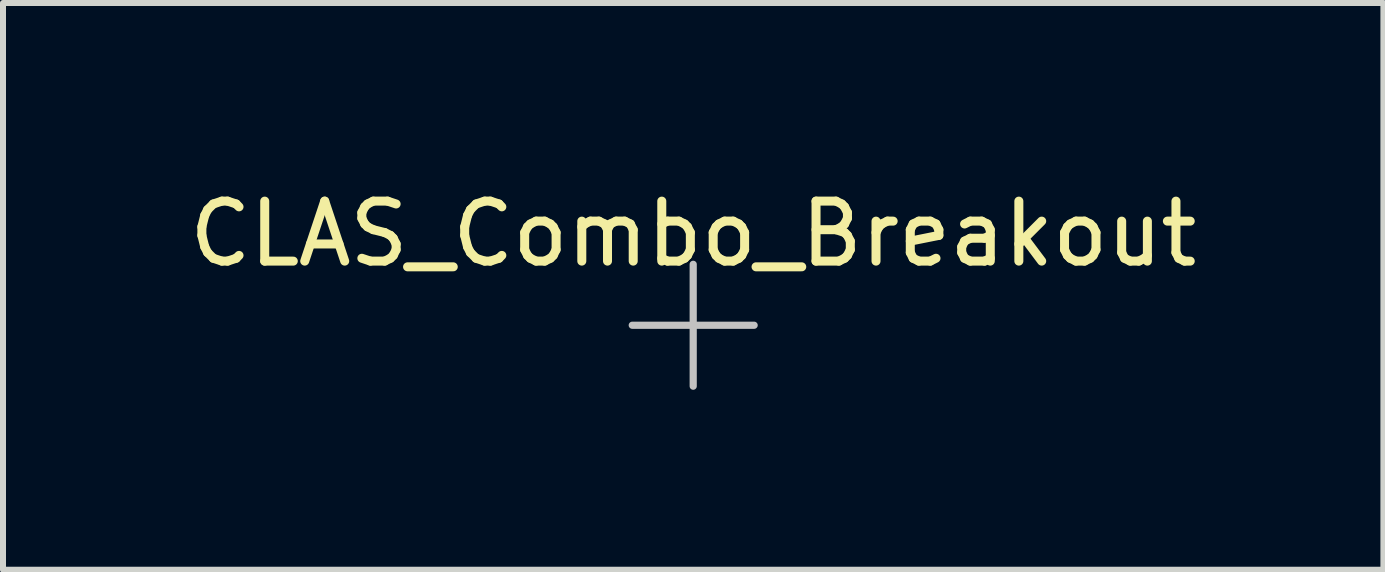
<source format=kicad_pcb>
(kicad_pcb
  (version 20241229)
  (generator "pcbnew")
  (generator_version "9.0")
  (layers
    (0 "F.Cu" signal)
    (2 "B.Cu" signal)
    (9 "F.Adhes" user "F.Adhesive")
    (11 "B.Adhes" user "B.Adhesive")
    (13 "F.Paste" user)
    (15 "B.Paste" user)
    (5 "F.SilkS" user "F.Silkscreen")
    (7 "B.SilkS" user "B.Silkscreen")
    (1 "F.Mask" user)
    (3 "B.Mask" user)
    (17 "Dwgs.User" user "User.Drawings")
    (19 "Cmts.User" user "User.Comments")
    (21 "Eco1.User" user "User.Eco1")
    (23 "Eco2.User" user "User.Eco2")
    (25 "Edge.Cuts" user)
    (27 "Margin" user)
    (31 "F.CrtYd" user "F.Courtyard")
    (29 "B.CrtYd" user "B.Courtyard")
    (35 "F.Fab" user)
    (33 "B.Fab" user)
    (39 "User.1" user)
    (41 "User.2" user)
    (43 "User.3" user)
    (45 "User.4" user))
  (footprint "CLAS_Combo_Breakout"
    (layer "F.Cu")
    (at 8.506 2.372)
    (property "Reference" "CLAS_Combo_Breakout" (at 0 -1.524 0) (unlocked yes) (layer "F.SilkS") (effects (font (size 1 1) (thickness 0.15))))
    (fp_line (start -1.016 0) (end 1.016 0) (stroke (width 0.12) (type solid)) (layer "Dwgs.User"))
    (fp_line (start 0 -1.016) (end 0 1.016) (stroke (width 0.12) (type solid)) (layer "Dwgs.User")))
  (gr_rect
    (start -3 -3)
    (end 20.012 6.448)
    (stroke (width 0.1) (type default))
    (fill no)
    (layer "Edge.Cuts")))
</source>
